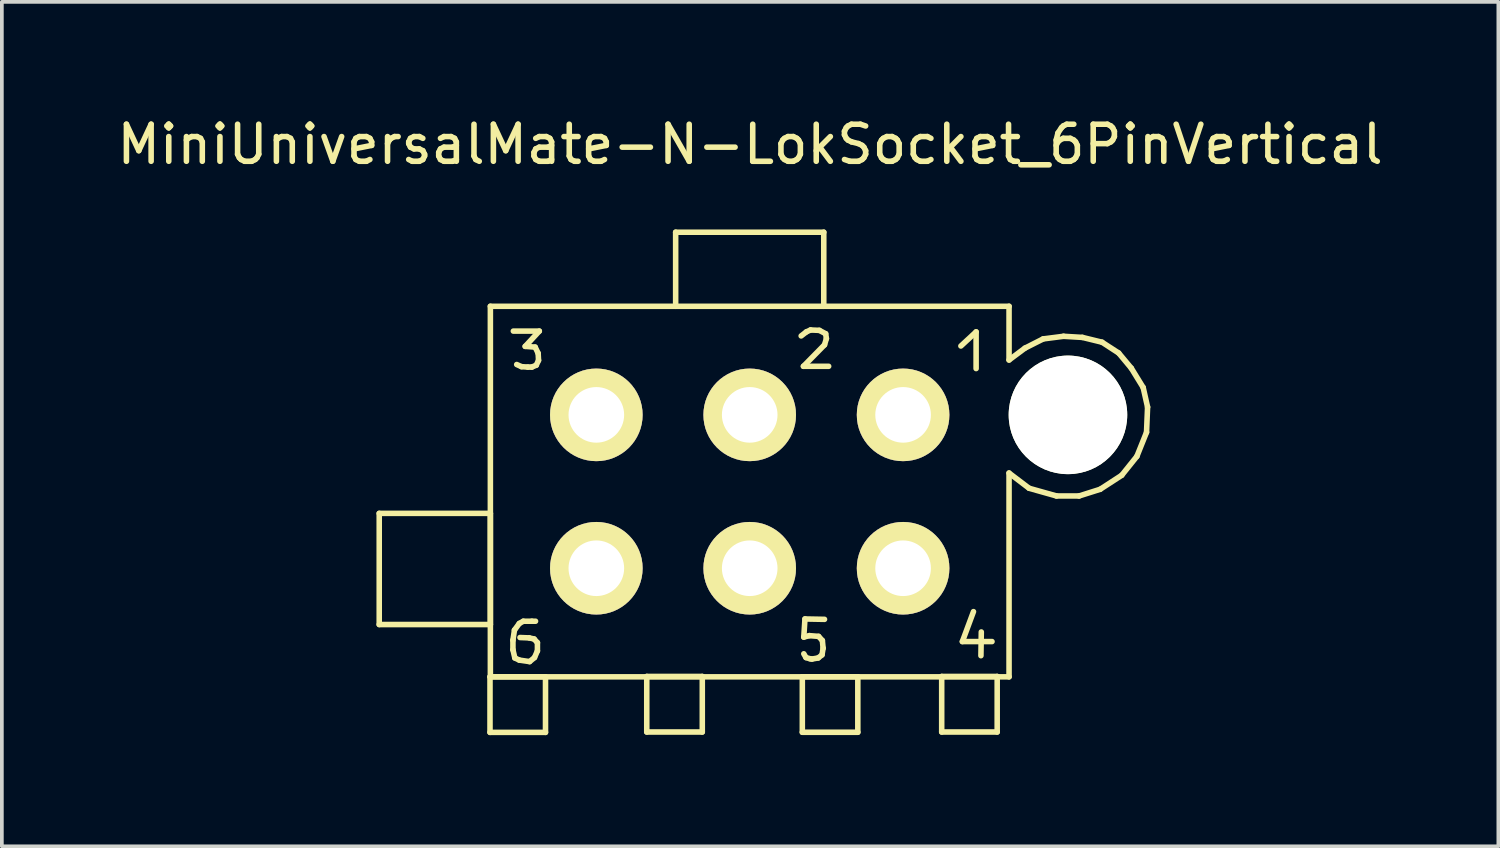
<source format=kicad_pcb>
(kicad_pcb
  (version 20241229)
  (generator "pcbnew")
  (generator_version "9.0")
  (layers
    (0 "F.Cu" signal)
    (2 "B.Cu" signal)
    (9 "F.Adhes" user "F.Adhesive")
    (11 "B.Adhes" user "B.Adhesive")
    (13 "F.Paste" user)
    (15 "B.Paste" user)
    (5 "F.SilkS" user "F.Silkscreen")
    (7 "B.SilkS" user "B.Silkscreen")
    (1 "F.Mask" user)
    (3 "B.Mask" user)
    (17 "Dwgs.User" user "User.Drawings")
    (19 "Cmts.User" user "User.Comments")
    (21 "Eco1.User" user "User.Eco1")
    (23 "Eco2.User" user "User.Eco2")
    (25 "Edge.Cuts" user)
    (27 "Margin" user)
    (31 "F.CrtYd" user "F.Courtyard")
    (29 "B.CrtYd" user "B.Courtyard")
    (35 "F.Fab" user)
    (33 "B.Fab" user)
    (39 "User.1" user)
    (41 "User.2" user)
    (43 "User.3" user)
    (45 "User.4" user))
  (footprint "MiniUniversalMate-N-LokSocket_6PinVertical"
    (layer "F.Cu")
    (at 17.186 10.218)
    (property "Reference" "MiniUniversalMate-N-LokSocket_6PinVertical" (at 0.01 -9.37 0) (layer "F.SilkS") (effects (font (size 1 1) (thickness 0.15))))
    (attr through_hole)
    (fp_line (start -10 0.589) (end -7 0.589) (stroke (width 0.15) (type solid)) (layer "F.SilkS"))
    (fp_line (start -10 3.589) (end -10 0.589) (stroke (width 0.15) (type solid)) (layer "F.SilkS"))
    (fp_line (start -7.01 5.001) (end -5.512 5.001) (stroke (width 0.15) (type solid)) (layer "F.SilkS"))
    (fp_line (start -7.01 6.5) (end -7.01 5.001) (stroke (width 0.15) (type solid)) (layer "F.SilkS"))
    (fp_line (start -7 -5.001) (end 7 -5.001) (stroke (width 0.15) (type solid)) (layer "F.SilkS"))
    (fp_line (start -7 0.589) (end -7 3.589) (stroke (width 0.15) (type solid)) (layer "F.SilkS"))
    (fp_line (start -7 3.589) (end -10 3.589) (stroke (width 0.15) (type solid)) (layer "F.SilkS"))
    (fp_line (start -7 5.001) (end -7 -5.001) (stroke (width 0.15) (type solid)) (layer "F.SilkS"))
    (fp_line (start -6.391 4.011) (end -6.391 4.27) (stroke (width 0.15) (type solid)) (layer "F.SilkS"))
    (fp_line (start -6.391 4.27) (end -6.34 4.491) (stroke (width 0.15) (type solid)) (layer "F.SilkS"))
    (fp_line (start -6.38 -4.331) (end -5.679 -4.331) (stroke (width 0.15) (type solid)) (layer "F.SilkS"))
    (fp_line (start -6.35 3.739) (end -6.391 4.011) (stroke (width 0.15) (type solid)) (layer "F.SilkS"))
    (fp_line (start -6.34 4.491) (end -6.22 4.549) (stroke (width 0.15) (type solid)) (layer "F.SilkS"))
    (fp_line (start -6.22 3.561) (end -6.35 3.739) (stroke (width 0.15) (type solid)) (layer "F.SilkS"))
    (fp_line (start -6.22 4.549) (end -5.941 4.59) (stroke (width 0.15) (type solid)) (layer "F.SilkS"))
    (fp_line (start -6.16 -3.371) (end -6.289 -3.429) (stroke (width 0.15) (type solid)) (layer "F.SilkS"))
    (fp_line (start -6.111 3.5) (end -6.22 3.561) (stroke (width 0.15) (type solid)) (layer "F.SilkS"))
    (fp_line (start -6.06 -3.919) (end -5.791 -3.899) (stroke (width 0.15) (type solid)) (layer "F.SilkS"))
    (fp_line (start -5.989 -3.36) (end -6.16 -3.371) (stroke (width 0.15) (type solid)) (layer "F.SilkS"))
    (fp_line (start -5.951 3.95) (end -6.2 3.94) (stroke (width 0.15) (type solid)) (layer "F.SilkS"))
    (fp_line (start -5.941 4.59) (end -5.809 4.481) (stroke (width 0.15) (type solid)) (layer "F.SilkS"))
    (fp_line (start -5.88 -3.36) (end -5.989 -3.36) (stroke (width 0.15) (type solid)) (layer "F.SilkS"))
    (fp_line (start -5.88 3.5) (end -6.111 3.5) (stroke (width 0.15) (type solid)) (layer "F.SilkS"))
    (fp_line (start -5.819 3.98) (end -5.951 3.95) (stroke (width 0.15) (type solid)) (layer "F.SilkS"))
    (fp_line (start -5.809 4.481) (end -5.73 4.3) (stroke (width 0.15) (type solid)) (layer "F.SilkS"))
    (fp_line (start -5.791 -3.899) (end -5.71 -3.731) (stroke (width 0.15) (type solid)) (layer "F.SilkS"))
    (fp_line (start -5.781 3.5) (end -5.88 3.5) (stroke (width 0.15) (type solid)) (layer "F.SilkS"))
    (fp_line (start -5.761 -3.411) (end -5.88 -3.36) (stroke (width 0.15) (type solid)) (layer "F.SilkS"))
    (fp_line (start -5.73 4.079) (end -5.819 3.98) (stroke (width 0.15) (type solid)) (layer "F.SilkS"))
    (fp_line (start -5.73 4.3) (end -5.73 4.079) (stroke (width 0.15) (type solid)) (layer "F.SilkS"))
    (fp_line (start -5.71 -3.731) (end -5.7 -3.541) (stroke (width 0.15) (type solid)) (layer "F.SilkS"))
    (fp_line (start -5.7 -3.541) (end -5.761 -3.411) (stroke (width 0.15) (type solid)) (layer "F.SilkS"))
    (fp_line (start -5.679 -4.331) (end -6.06 -3.919) (stroke (width 0.15) (type solid)) (layer "F.SilkS"))
    (fp_line (start -5.512 5.001) (end -5.512 6.5) (stroke (width 0.15) (type solid)) (layer "F.SilkS"))
    (fp_line (start -5.512 6.5) (end -7.01 6.5) (stroke (width 0.15) (type solid)) (layer "F.SilkS"))
    (fp_line (start -2.779 4.991) (end -1.28 4.991) (stroke (width 0.15) (type solid)) (layer "F.SilkS"))
    (fp_line (start -2.779 6.49) (end -2.779 4.991) (stroke (width 0.15) (type solid)) (layer "F.SilkS"))
    (fp_line (start -1.999 -7) (end -1.999 -5.001) (stroke (width 0.15) (type solid)) (layer "F.SilkS"))
    (fp_line (start -1.28 4.991) (end -1.28 6.49) (stroke (width 0.15) (type solid)) (layer "F.SilkS"))
    (fp_line (start -1.28 6.49) (end -2.779 6.49) (stroke (width 0.15) (type solid)) (layer "F.SilkS"))
    (fp_line (start 1.389 -4.201) (end 1.529 -4.31) (stroke (width 0.15) (type solid)) (layer "F.SilkS"))
    (fp_line (start 1.42 4.999) (end 2.918 4.999) (stroke (width 0.15) (type solid)) (layer "F.SilkS"))
    (fp_line (start 1.42 6.497) (end 1.42 4.999) (stroke (width 0.15) (type solid)) (layer "F.SilkS"))
    (fp_line (start 1.45 -3.381) (end 2.131 -3.381) (stroke (width 0.15) (type solid)) (layer "F.SilkS"))
    (fp_line (start 1.46 3.929) (end 1.61 3.889) (stroke (width 0.15) (type solid)) (layer "F.SilkS"))
    (fp_line (start 1.491 3.439) (end 1.46 3.929) (stroke (width 0.15) (type solid)) (layer "F.SilkS"))
    (fp_line (start 1.519 4.481) (end 1.46 4.379) (stroke (width 0.15) (type solid)) (layer "F.SilkS"))
    (fp_line (start 1.529 -4.31) (end 1.641 -4.361) (stroke (width 0.15) (type solid)) (layer "F.SilkS"))
    (fp_line (start 1.61 3.889) (end 1.859 3.909) (stroke (width 0.15) (type solid)) (layer "F.SilkS"))
    (fp_line (start 1.621 4.511) (end 1.519 4.481) (stroke (width 0.15) (type solid)) (layer "F.SilkS"))
    (fp_line (start 1.641 -4.361) (end 1.88 -4.351) (stroke (width 0.15) (type solid)) (layer "F.SilkS"))
    (fp_line (start 1.679 4.521) (end 1.621 4.511) (stroke (width 0.15) (type solid)) (layer "F.SilkS"))
    (fp_line (start 1.849 4.491) (end 1.679 4.521) (stroke (width 0.15) (type solid)) (layer "F.SilkS"))
    (fp_line (start 1.859 3.909) (end 1.961 4.021) (stroke (width 0.15) (type solid)) (layer "F.SilkS"))
    (fp_line (start 1.88 -4.351) (end 2.05 -4.26) (stroke (width 0.15) (type solid)) (layer "F.SilkS"))
    (fp_line (start 1.951 4.409) (end 1.849 4.491) (stroke (width 0.15) (type solid)) (layer "F.SilkS"))
    (fp_line (start 1.961 4.021) (end 1.981 4.229) (stroke (width 0.15) (type solid)) (layer "F.SilkS"))
    (fp_line (start 1.981 4.229) (end 1.951 4.409) (stroke (width 0.15) (type solid)) (layer "F.SilkS"))
    (fp_line (start 1.999 -7) (end -1.999 -7) (stroke (width 0.15) (type solid)) (layer "F.SilkS"))
    (fp_line (start 1.999 -5.001) (end 1.999 -7) (stroke (width 0.15) (type solid)) (layer "F.SilkS"))
    (fp_line (start 2.019 -3.96) (end 1.45 -3.381) (stroke (width 0.15) (type solid)) (layer "F.SilkS"))
    (fp_line (start 2.019 3.449) (end 1.491 3.439) (stroke (width 0.15) (type solid)) (layer "F.SilkS"))
    (fp_line (start 2.05 -4.26) (end 2.07 -4.13) (stroke (width 0.15) (type solid)) (layer "F.SilkS"))
    (fp_line (start 2.07 -4.13) (end 2.019 -3.96) (stroke (width 0.15) (type solid)) (layer "F.SilkS"))
    (fp_line (start 2.918 4.999) (end 2.918 6.497) (stroke (width 0.15) (type solid)) (layer "F.SilkS"))
    (fp_line (start 2.918 6.497) (end 1.42 6.497) (stroke (width 0.15) (type solid)) (layer "F.SilkS"))
    (fp_line (start 5.182 4.991) (end 6.68 4.991) (stroke (width 0.15) (type solid)) (layer "F.SilkS"))
    (fp_line (start 5.182 6.49) (end 5.182 4.991) (stroke (width 0.15) (type solid)) (layer "F.SilkS"))
    (fp_line (start 5.7 -3.929) (end 6.111 -4.31) (stroke (width 0.15) (type solid)) (layer "F.SilkS"))
    (fp_line (start 5.74 4.049) (end 6.54 4.049) (stroke (width 0.15) (type solid)) (layer "F.SilkS"))
    (fp_line (start 6.04 3.241) (end 5.74 4.049) (stroke (width 0.15) (type solid)) (layer "F.SilkS"))
    (fp_line (start 6.111 -4.31) (end 6.111 -3.32) (stroke (width 0.15) (type solid)) (layer "F.SilkS"))
    (fp_line (start 6.241 4.43) (end 6.251 3.79) (stroke (width 0.15) (type solid)) (layer "F.SilkS"))
    (fp_line (start 6.68 4.991) (end 6.68 6.49) (stroke (width 0.15) (type solid)) (layer "F.SilkS"))
    (fp_line (start 6.68 6.49) (end 5.182 6.49) (stroke (width 0.15) (type solid)) (layer "F.SilkS"))
    (fp_line (start 7 -5.001) (end 7 -3.551) (stroke (width 0.15) (type solid)) (layer "F.SilkS"))
    (fp_line (start 7 -0.5) (end 7.541 -0.089) (stroke (width 0.15) (type solid)) (layer "F.SilkS"))
    (fp_line (start 7 5.001) (end -7 5.001) (stroke (width 0.15) (type solid)) (layer "F.SilkS"))
    (fp_line (start 7 5.001) (end 7 -0.5) (stroke (width 0.15) (type solid)) (layer "F.SilkS"))
    (fp_line (start 7.429 -3.871) (end 7 -3.551) (stroke (width 0.15) (type solid)) (layer "F.SilkS"))
    (fp_line (start 7.541 -0.089) (end 8.28 0.119) (stroke (width 0.15) (type solid)) (layer "F.SilkS"))
    (fp_line (start 7.92 -4.12) (end 7.429 -3.871) (stroke (width 0.15) (type solid)) (layer "F.SilkS"))
    (fp_line (start 8.28 0.119) (end 8.89 0.119) (stroke (width 0.15) (type solid)) (layer "F.SilkS"))
    (fp_line (start 8.471 -4.191) (end 7.92 -4.12) (stroke (width 0.15) (type solid)) (layer "F.SilkS"))
    (fp_line (start 8.89 0.119) (end 9.459 -0.061) (stroke (width 0.15) (type solid)) (layer "F.SilkS"))
    (fp_line (start 8.979 -4.161) (end 8.471 -4.191) (stroke (width 0.15) (type solid)) (layer "F.SilkS"))
    (fp_line (start 9.459 -0.061) (end 10.041 -0.439) (stroke (width 0.15) (type solid)) (layer "F.SilkS"))
    (fp_line (start 9.51 -4.031) (end 8.979 -4.161) (stroke (width 0.15) (type solid)) (layer "F.SilkS"))
    (fp_line (start 9.959 -3.739) (end 9.51 -4.031) (stroke (width 0.15) (type solid)) (layer "F.SilkS"))
    (fp_line (start 10.041 -0.439) (end 10.45 -0.95) (stroke (width 0.15) (type solid)) (layer "F.SilkS"))
    (fp_line (start 10.3 -3.33) (end 9.959 -3.739) (stroke (width 0.15) (type solid)) (layer "F.SilkS"))
    (fp_line (start 10.45 -0.95) (end 10.711 -1.6) (stroke (width 0.15) (type solid)) (layer "F.SilkS"))
    (fp_line (start 10.62 -2.809) (end 10.3 -3.33) (stroke (width 0.15) (type solid)) (layer "F.SilkS"))
    (fp_line (start 10.711 -1.6) (end 10.739 -2.281) (stroke (width 0.15) (type solid)) (layer "F.SilkS"))
    (fp_line (start 10.739 -2.281) (end 10.62 -2.809) (stroke (width 0.15) (type solid)) (layer "F.SilkS"))
    (pad "" np_thru_hole circle (at 8.59 -2.07) (size 3.2 3.2) (drill 3.2) (layers "*.Cu" "*.Mask" "F.SilkS"))
    (pad "1" thru_hole circle (at 4.14 -2.07) (size 2.499 2.499) (drill 1.501) (layers "*.Cu" "*.Mask" "F.SilkS"))
    (pad "2" thru_hole circle (at 0 -2.07) (size 2.499 2.499) (drill 1.501) (layers "*.Cu" "*.Mask" "F.SilkS"))
    (pad "3" thru_hole circle (at -4.14 -2.07) (size 2.499 2.499) (drill 1.501) (layers "*.Cu" "*.Mask" "F.SilkS"))
    (pad "4" thru_hole circle (at 4.14 2.07) (size 2.499 2.499) (drill 1.501) (layers "*.Cu" "*.Mask" "F.SilkS"))
    (pad "5" thru_hole circle (at 0 2.07) (size 2.499 2.499) (drill 1.501) (layers "*.Cu" "*.Mask" "F.SilkS"))
    (pad "6" thru_hole circle (at -4.14 2.07) (size 2.499 2.499) (drill 1.501) (layers "*.Cu" "*.Mask" "F.SilkS")))
  (gr_rect
    (start -3 -3)
    (end 37.393 19.793)
    (stroke (width 0.1) (type default))
    (fill no)
    (layer "Edge.Cuts")))
</source>
